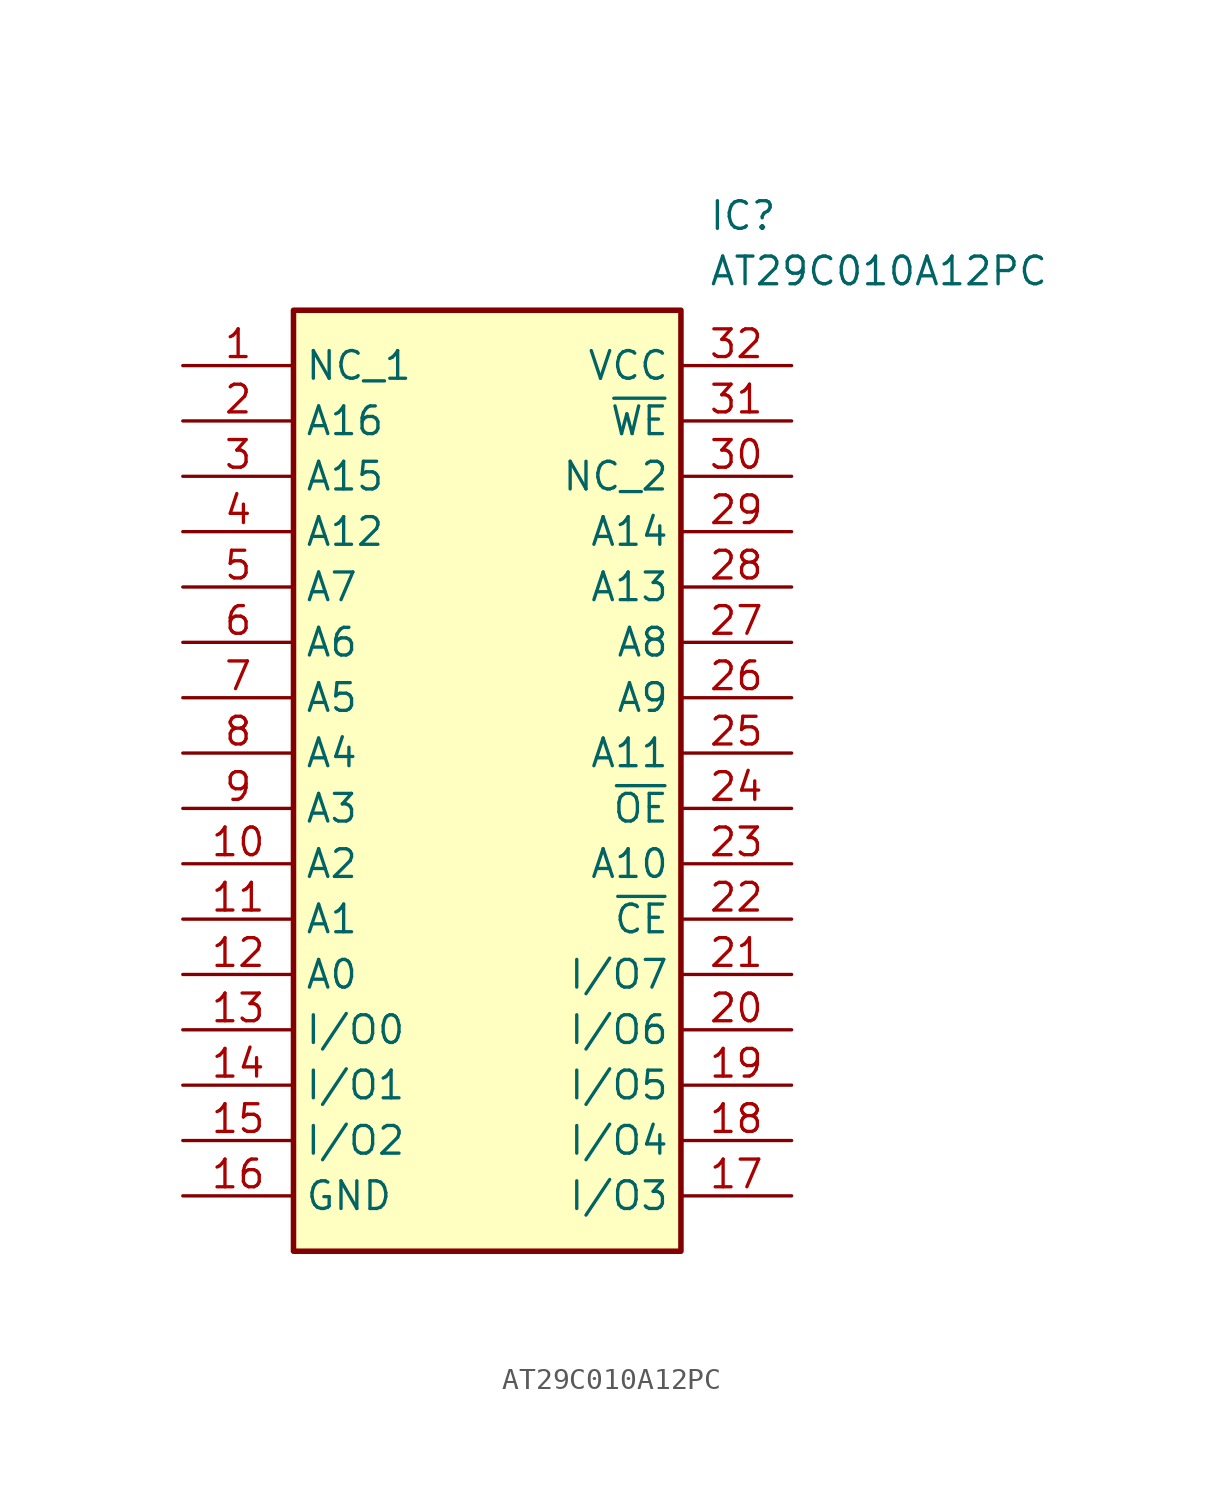
<source format=kicad_sym>
(kicad_symbol_lib
  (version 20211014)
  (generator SamacSys_ECAD_Model)
  (symbol "AT29C010A12PC"
    (property "Reference" "IC"
      (at 24.13 7.62 0)
      (effects (font (size 1.27 1.27)) (justify left top)))
    (property "Value" "AT29C010A12PC"
      (at 24.13 5.08 0)
      (effects (font (size 1.27 1.27)) (justify left top)))
    (rectangle
      (start 5.08 2.54)
      (end 22.86 -40.64)
      (stroke (width 0.254) (type default))
      (fill (type background)))
    (pin passive line
      (at 0 0 0)
      (length 5.08)
      (name "NC_1" (effects (font (size 1.27 1.27))))
      (number "1" (effects (font (size 1.27 1.27)))))
    (pin passive line
      (at 0 -2.54 0)
      (length 5.08)
      (name "A16" (effects (font (size 1.27 1.27))))
      (number "2" (effects (font (size 1.27 1.27)))))
    (pin passive line
      (at 0 -5.08 0)
      (length 5.08)
      (name "A15" (effects (font (size 1.27 1.27))))
      (number "3" (effects (font (size 1.27 1.27)))))
    (pin passive line
      (at 0 -7.62 0)
      (length 5.08)
      (name "A12" (effects (font (size 1.27 1.27))))
      (number "4" (effects (font (size 1.27 1.27)))))
    (pin passive line
      (at 0 -10.16 0)
      (length 5.08)
      (name "A7" (effects (font (size 1.27 1.27))))
      (number "5" (effects (font (size 1.27 1.27)))))
    (pin passive line
      (at 0 -12.7 0)
      (length 5.08)
      (name "A6" (effects (font (size 1.27 1.27))))
      (number "6" (effects (font (size 1.27 1.27)))))
    (pin passive line
      (at 0 -15.24 0)
      (length 5.08)
      (name "A5" (effects (font (size 1.27 1.27))))
      (number "7" (effects (font (size 1.27 1.27)))))
    (pin passive line
      (at 0 -17.78 0)
      (length 5.08)
      (name "A4" (effects (font (size 1.27 1.27))))
      (number "8" (effects (font (size 1.27 1.27)))))
    (pin passive line
      (at 0 -20.32 0)
      (length 5.08)
      (name "A3" (effects (font (size 1.27 1.27))))
      (number "9" (effects (font (size 1.27 1.27)))))
    (pin passive line
      (at 0 -22.86 0)
      (length 5.08)
      (name "A2" (effects (font (size 1.27 1.27))))
      (number "10" (effects (font (size 1.27 1.27)))))
    (pin passive line
      (at 0 -25.4 0)
      (length 5.08)
      (name "A1" (effects (font (size 1.27 1.27))))
      (number "11" (effects (font (size 1.27 1.27)))))
    (pin passive line
      (at 0 -27.94 0)
      (length 5.08)
      (name "A0" (effects (font (size 1.27 1.27))))
      (number "12" (effects (font (size 1.27 1.27)))))
    (pin passive line
      (at 0 -30.48 0)
      (length 5.08)
      (name "I/O0" (effects (font (size 1.27 1.27))))
      (number "13" (effects (font (size 1.27 1.27)))))
    (pin passive line
      (at 0 -33.02 0)
      (length 5.08)
      (name "I/O1" (effects (font (size 1.27 1.27))))
      (number "14" (effects (font (size 1.27 1.27)))))
    (pin passive line
      (at 0 -35.56 0)
      (length 5.08)
      (name "I/O2" (effects (font (size 1.27 1.27))))
      (number "15" (effects (font (size 1.27 1.27)))))
    (pin passive line
      (at 0 -38.1 0)
      (length 5.08)
      (name "GND" (effects (font (size 1.27 1.27))))
      (number "16" (effects (font (size 1.27 1.27)))))
    (pin passive line
      (at 27.94 0 180)
      (length 5.08)
      (name "VCC" (effects (font (size 1.27 1.27))))
      (number "32" (effects (font (size 1.27 1.27)))))
    (pin passive line
      (at 27.94 -2.54 180)
      (length 5.08)
      (name "~{WE}" (effects (font (size 1.27 1.27))))
      (number "31" (effects (font (size 1.27 1.27)))))
    (pin passive line
      (at 27.94 -5.08 180)
      (length 5.08)
      (name "NC_2" (effects (font (size 1.27 1.27))))
      (number "30" (effects (font (size 1.27 1.27)))))
    (pin passive line
      (at 27.94 -7.62 180)
      (length 5.08)
      (name "A14" (effects (font (size 1.27 1.27))))
      (number "29" (effects (font (size 1.27 1.27)))))
    (pin passive line
      (at 27.94 -10.16 180)
      (length 5.08)
      (name "A13" (effects (font (size 1.27 1.27))))
      (number "28" (effects (font (size 1.27 1.27)))))
    (pin passive line
      (at 27.94 -12.7 180)
      (length 5.08)
      (name "A8" (effects (font (size 1.27 1.27))))
      (number "27" (effects (font (size 1.27 1.27)))))
    (pin passive line
      (at 27.94 -15.24 180)
      (length 5.08)
      (name "A9" (effects (font (size 1.27 1.27))))
      (number "26" (effects (font (size 1.27 1.27)))))
    (pin passive line
      (at 27.94 -17.78 180)
      (length 5.08)
      (name "A11" (effects (font (size 1.27 1.27))))
      (number "25" (effects (font (size 1.27 1.27)))))
    (pin passive line
      (at 27.94 -20.32 180)
      (length 5.08)
      (name "~{OE}" (effects (font (size 1.27 1.27))))
      (number "24" (effects (font (size 1.27 1.27)))))
    (pin passive line
      (at 27.94 -22.86 180)
      (length 5.08)
      (name "A10" (effects (font (size 1.27 1.27))))
      (number "23" (effects (font (size 1.27 1.27)))))
    (pin passive line
      (at 27.94 -25.4 180)
      (length 5.08)
      (name "~{CE}" (effects (font (size 1.27 1.27))))
      (number "22" (effects (font (size 1.27 1.27)))))
    (pin passive line
      (at 27.94 -27.94 180)
      (length 5.08)
      (name "I/O7" (effects (font (size 1.27 1.27))))
      (number "21" (effects (font (size 1.27 1.27)))))
    (pin passive line
      (at 27.94 -30.48 180)
      (length 5.08)
      (name "I/O6" (effects (font (size 1.27 1.27))))
      (number "20" (effects (font (size 1.27 1.27)))))
    (pin passive line
      (at 27.94 -33.02 180)
      (length 5.08)
      (name "I/O5" (effects (font (size 1.27 1.27))))
      (number "19" (effects (font (size 1.27 1.27)))))
    (pin passive line
      (at 27.94 -35.56 180)
      (length 5.08)
      (name "I/O4" (effects (font (size 1.27 1.27))))
      (number "18" (effects (font (size 1.27 1.27)))))
    (pin passive line
      (at 27.94 -38.1 180)
      (length 5.08)
      (name "I/O3" (effects (font (size 1.27 1.27))))
      (number "17" (effects (font (size 1.27 1.27)))))))
</source>
